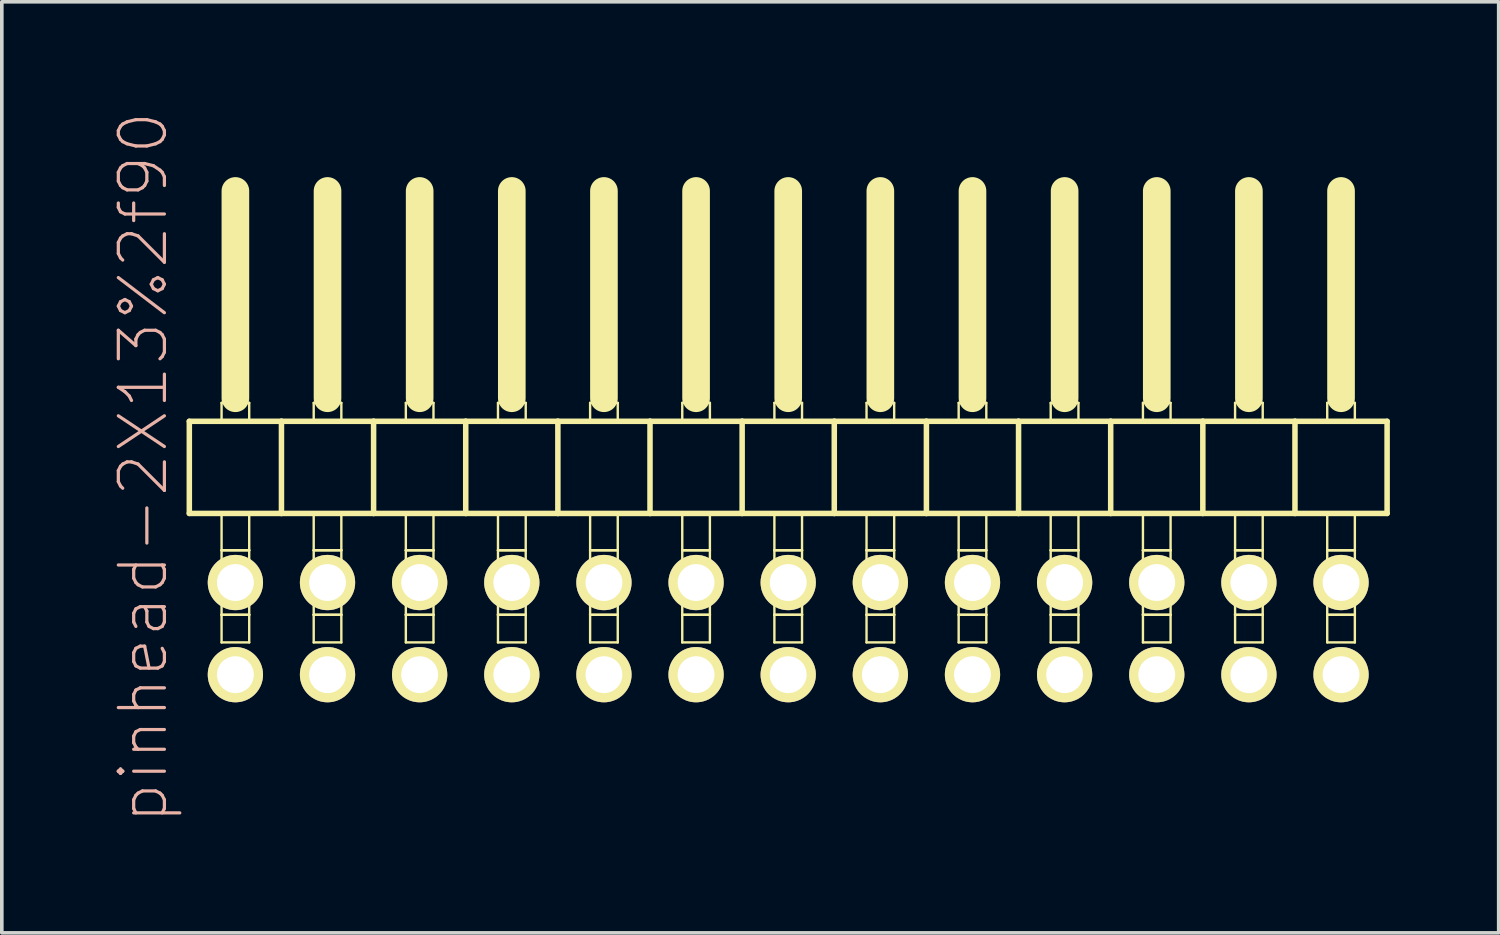
<source format=kicad_pcb>
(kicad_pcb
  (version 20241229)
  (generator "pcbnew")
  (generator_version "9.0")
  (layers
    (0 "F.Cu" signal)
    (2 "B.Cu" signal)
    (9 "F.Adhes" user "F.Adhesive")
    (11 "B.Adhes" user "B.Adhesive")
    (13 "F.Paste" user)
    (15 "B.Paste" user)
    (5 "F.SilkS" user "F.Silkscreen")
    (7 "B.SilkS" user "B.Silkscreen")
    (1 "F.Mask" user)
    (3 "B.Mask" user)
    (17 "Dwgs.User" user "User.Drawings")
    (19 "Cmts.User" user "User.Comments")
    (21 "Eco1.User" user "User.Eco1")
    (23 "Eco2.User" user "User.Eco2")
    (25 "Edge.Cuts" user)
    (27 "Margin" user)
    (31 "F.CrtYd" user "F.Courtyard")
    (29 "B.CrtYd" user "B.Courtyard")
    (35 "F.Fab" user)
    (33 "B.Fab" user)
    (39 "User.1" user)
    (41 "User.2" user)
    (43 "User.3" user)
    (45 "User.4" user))
  (footprint "pinhead-2X13%2f90"
    (layer "F.Cu")
    (at 18.679 9.199)
    (property "Reference" "pinhead-2X13%2f90" (at -17.78 0.635 90) (layer "B.SilkS") (effects (font (size 1.27 1.27) (thickness 0.089))))
    (attr exclude_from_pos_files exclude_from_bom)
    (fp_line (start -16.51 -0.635) (end -16.51 1.905) (stroke (width 0.152) (type solid)) (layer "F.SilkS"))
    (fp_line (start -16.51 1.905) (end -13.97 1.905) (stroke (width 0.152) (type solid)) (layer "F.SilkS"))
    (fp_line (start -15.621 -1.143) (end -14.859 -1.143) (stroke (width 0.066) (type solid)) (layer "F.SilkS"))
    (fp_line (start -15.621 -0.635) (end -15.621 -1.143) (stroke (width 0.066) (type solid)) (layer "F.SilkS"))
    (fp_line (start -15.621 -0.635) (end -14.859 -0.635) (stroke (width 0.066) (type solid)) (layer "F.SilkS"))
    (fp_line (start -15.621 1.905) (end -14.859 1.905) (stroke (width 0.066) (type solid)) (layer "F.SilkS"))
    (fp_line (start -15.621 2.921) (end -15.621 1.905) (stroke (width 0.066) (type solid)) (layer "F.SilkS"))
    (fp_line (start -15.621 2.921) (end -14.859 2.921) (stroke (width 0.066) (type solid)) (layer "F.SilkS"))
    (fp_line (start -15.621 2.921) (end -14.859 2.921) (stroke (width 0.066) (type solid)) (layer "F.SilkS"))
    (fp_line (start -15.621 4.699) (end -15.621 2.921) (stroke (width 0.066) (type solid)) (layer "F.SilkS"))
    (fp_line (start -15.621 4.699) (end -14.859 4.699) (stroke (width 0.066) (type solid)) (layer "F.SilkS"))
    (fp_line (start -15.621 4.699) (end -14.859 4.699) (stroke (width 0.066) (type solid)) (layer "F.SilkS"))
    (fp_line (start -15.621 5.461) (end -15.621 4.699) (stroke (width 0.066) (type solid)) (layer "F.SilkS"))
    (fp_line (start -15.621 5.461) (end -14.859 5.461) (stroke (width 0.066) (type solid)) (layer "F.SilkS"))
    (fp_line (start -15.24 -6.985) (end -15.24 -1.27) (stroke (width 0.762) (type solid)) (layer "F.SilkS"))
    (fp_line (start -14.859 -0.635) (end -14.859 -1.143) (stroke (width 0.066) (type solid)) (layer "F.SilkS"))
    (fp_line (start -14.859 2.921) (end -14.859 1.905) (stroke (width 0.066) (type solid)) (layer "F.SilkS"))
    (fp_line (start -14.859 4.699) (end -14.859 2.921) (stroke (width 0.066) (type solid)) (layer "F.SilkS"))
    (fp_line (start -14.859 5.461) (end -14.859 4.699) (stroke (width 0.066) (type solid)) (layer "F.SilkS"))
    (fp_line (start -13.97 -0.635) (end -16.51 -0.635) (stroke (width 0.152) (type solid)) (layer "F.SilkS"))
    (fp_line (start -13.97 1.905) (end -13.97 -0.635) (stroke (width 0.152) (type solid)) (layer "F.SilkS"))
    (fp_line (start -13.97 1.905) (end -11.43 1.905) (stroke (width 0.152) (type solid)) (layer "F.SilkS"))
    (fp_line (start -13.081 -1.143) (end -12.319 -1.143) (stroke (width 0.066) (type solid)) (layer "F.SilkS"))
    (fp_line (start -13.081 -0.635) (end -13.081 -1.143) (stroke (width 0.066) (type solid)) (layer "F.SilkS"))
    (fp_line (start -13.081 -0.635) (end -12.319 -0.635) (stroke (width 0.066) (type solid)) (layer "F.SilkS"))
    (fp_line (start -13.081 1.905) (end -12.319 1.905) (stroke (width 0.066) (type solid)) (layer "F.SilkS"))
    (fp_line (start -13.081 2.921) (end -13.081 1.905) (stroke (width 0.066) (type solid)) (layer "F.SilkS"))
    (fp_line (start -13.081 2.921) (end -12.319 2.921) (stroke (width 0.066) (type solid)) (layer "F.SilkS"))
    (fp_line (start -13.081 2.921) (end -12.319 2.921) (stroke (width 0.066) (type solid)) (layer "F.SilkS"))
    (fp_line (start -13.081 4.699) (end -13.081 2.921) (stroke (width 0.066) (type solid)) (layer "F.SilkS"))
    (fp_line (start -13.081 4.699) (end -12.319 4.699) (stroke (width 0.066) (type solid)) (layer "F.SilkS"))
    (fp_line (start -13.081 4.699) (end -12.319 4.699) (stroke (width 0.066) (type solid)) (layer "F.SilkS"))
    (fp_line (start -13.081 5.461) (end -13.081 4.699) (stroke (width 0.066) (type solid)) (layer "F.SilkS"))
    (fp_line (start -13.081 5.461) (end -12.319 5.461) (stroke (width 0.066) (type solid)) (layer "F.SilkS"))
    (fp_line (start -12.7 -6.985) (end -12.7 -1.27) (stroke (width 0.762) (type solid)) (layer "F.SilkS"))
    (fp_line (start -12.319 -0.635) (end -12.319 -1.143) (stroke (width 0.066) (type solid)) (layer "F.SilkS"))
    (fp_line (start -12.319 2.921) (end -12.319 1.905) (stroke (width 0.066) (type solid)) (layer "F.SilkS"))
    (fp_line (start -12.319 4.699) (end -12.319 2.921) (stroke (width 0.066) (type solid)) (layer "F.SilkS"))
    (fp_line (start -12.319 5.461) (end -12.319 4.699) (stroke (width 0.066) (type solid)) (layer "F.SilkS"))
    (fp_line (start -11.43 -0.635) (end -13.97 -0.635) (stroke (width 0.152) (type solid)) (layer "F.SilkS"))
    (fp_line (start -11.43 1.905) (end -11.43 -0.635) (stroke (width 0.152) (type solid)) (layer "F.SilkS"))
    (fp_line (start -11.43 1.905) (end -8.89 1.905) (stroke (width 0.152) (type solid)) (layer "F.SilkS"))
    (fp_line (start -10.541 -1.143) (end -9.779 -1.143) (stroke (width 0.066) (type solid)) (layer "F.SilkS"))
    (fp_line (start -10.541 -0.635) (end -10.541 -1.143) (stroke (width 0.066) (type solid)) (layer "F.SilkS"))
    (fp_line (start -10.541 -0.635) (end -9.779 -0.635) (stroke (width 0.066) (type solid)) (layer "F.SilkS"))
    (fp_line (start -10.541 1.905) (end -9.779 1.905) (stroke (width 0.066) (type solid)) (layer "F.SilkS"))
    (fp_line (start -10.541 2.921) (end -10.541 1.905) (stroke (width 0.066) (type solid)) (layer "F.SilkS"))
    (fp_line (start -10.541 2.921) (end -9.779 2.921) (stroke (width 0.066) (type solid)) (layer "F.SilkS"))
    (fp_line (start -10.541 2.921) (end -9.779 2.921) (stroke (width 0.066) (type solid)) (layer "F.SilkS"))
    (fp_line (start -10.541 4.699) (end -10.541 2.921) (stroke (width 0.066) (type solid)) (layer "F.SilkS"))
    (fp_line (start -10.541 4.699) (end -9.779 4.699) (stroke (width 0.066) (type solid)) (layer "F.SilkS"))
    (fp_line (start -10.541 4.699) (end -9.779 4.699) (stroke (width 0.066) (type solid)) (layer "F.SilkS"))
    (fp_line (start -10.541 5.461) (end -10.541 4.699) (stroke (width 0.066) (type solid)) (layer "F.SilkS"))
    (fp_line (start -10.541 5.461) (end -9.779 5.461) (stroke (width 0.066) (type solid)) (layer "F.SilkS"))
    (fp_line (start -10.16 -6.985) (end -10.16 -1.27) (stroke (width 0.762) (type solid)) (layer "F.SilkS"))
    (fp_line (start -9.779 -0.635) (end -9.779 -1.143) (stroke (width 0.066) (type solid)) (layer "F.SilkS"))
    (fp_line (start -9.779 2.921) (end -9.779 1.905) (stroke (width 0.066) (type solid)) (layer "F.SilkS"))
    (fp_line (start -9.779 4.699) (end -9.779 2.921) (stroke (width 0.066) (type solid)) (layer "F.SilkS"))
    (fp_line (start -9.779 5.461) (end -9.779 4.699) (stroke (width 0.066) (type solid)) (layer "F.SilkS"))
    (fp_line (start -8.89 -0.635) (end -11.43 -0.635) (stroke (width 0.152) (type solid)) (layer "F.SilkS"))
    (fp_line (start -8.89 1.905) (end -8.89 -0.635) (stroke (width 0.152) (type solid)) (layer "F.SilkS"))
    (fp_line (start -8.89 1.905) (end -6.35 1.905) (stroke (width 0.152) (type solid)) (layer "F.SilkS"))
    (fp_line (start -8.001 -1.143) (end -7.236 -1.143) (stroke (width 0.066) (type solid)) (layer "F.SilkS"))
    (fp_line (start -8.001 -0.635) (end -8.001 -1.143) (stroke (width 0.066) (type solid)) (layer "F.SilkS"))
    (fp_line (start -8.001 -0.635) (end -7.236 -0.635) (stroke (width 0.066) (type solid)) (layer "F.SilkS"))
    (fp_line (start -8.001 1.905) (end -7.236 1.905) (stroke (width 0.066) (type solid)) (layer "F.SilkS"))
    (fp_line (start -8.001 2.921) (end -8.001 1.905) (stroke (width 0.066) (type solid)) (layer "F.SilkS"))
    (fp_line (start -8.001 2.921) (end -7.236 2.921) (stroke (width 0.066) (type solid)) (layer "F.SilkS"))
    (fp_line (start -8.001 2.921) (end -7.236 2.921) (stroke (width 0.066) (type solid)) (layer "F.SilkS"))
    (fp_line (start -8.001 4.699) (end -8.001 2.921) (stroke (width 0.066) (type solid)) (layer "F.SilkS"))
    (fp_line (start -8.001 4.699) (end -7.236 4.699) (stroke (width 0.066) (type solid)) (layer "F.SilkS"))
    (fp_line (start -8.001 4.699) (end -7.236 4.699) (stroke (width 0.066) (type solid)) (layer "F.SilkS"))
    (fp_line (start -8.001 5.461) (end -8.001 4.699) (stroke (width 0.066) (type solid)) (layer "F.SilkS"))
    (fp_line (start -8.001 5.461) (end -7.236 5.461) (stroke (width 0.066) (type solid)) (layer "F.SilkS"))
    (fp_line (start -7.62 -6.985) (end -7.62 -1.27) (stroke (width 0.762) (type solid)) (layer "F.SilkS"))
    (fp_line (start -7.236 -0.635) (end -7.236 -1.143) (stroke (width 0.066) (type solid)) (layer "F.SilkS"))
    (fp_line (start -7.236 2.921) (end -7.236 1.905) (stroke (width 0.066) (type solid)) (layer "F.SilkS"))
    (fp_line (start -7.236 4.699) (end -7.236 2.921) (stroke (width 0.066) (type solid)) (layer "F.SilkS"))
    (fp_line (start -7.236 5.461) (end -7.236 4.699) (stroke (width 0.066) (type solid)) (layer "F.SilkS"))
    (fp_line (start -6.35 -0.635) (end -8.89 -0.635) (stroke (width 0.152) (type solid)) (layer "F.SilkS"))
    (fp_line (start -6.35 1.905) (end -6.35 -0.635) (stroke (width 0.152) (type solid)) (layer "F.SilkS"))
    (fp_line (start -6.35 1.905) (end -3.81 1.905) (stroke (width 0.152) (type solid)) (layer "F.SilkS"))
    (fp_line (start -5.461 -1.143) (end -4.699 -1.143) (stroke (width 0.066) (type solid)) (layer "F.SilkS"))
    (fp_line (start -5.461 -0.635) (end -5.461 -1.143) (stroke (width 0.066) (type solid)) (layer "F.SilkS"))
    (fp_line (start -5.461 -0.635) (end -4.699 -0.635) (stroke (width 0.066) (type solid)) (layer "F.SilkS"))
    (fp_line (start -5.461 1.905) (end -4.699 1.905) (stroke (width 0.066) (type solid)) (layer "F.SilkS"))
    (fp_line (start -5.461 2.921) (end -5.461 1.905) (stroke (width 0.066) (type solid)) (layer "F.SilkS"))
    (fp_line (start -5.461 2.921) (end -4.699 2.921) (stroke (width 0.066) (type solid)) (layer "F.SilkS"))
    (fp_line (start -5.461 2.921) (end -4.699 2.921) (stroke (width 0.066) (type solid)) (layer "F.SilkS"))
    (fp_line (start -5.461 4.699) (end -5.461 2.921) (stroke (width 0.066) (type solid)) (layer "F.SilkS"))
    (fp_line (start -5.461 4.699) (end -4.699 4.699) (stroke (width 0.066) (type solid)) (layer "F.SilkS"))
    (fp_line (start -5.461 4.699) (end -4.699 4.699) (stroke (width 0.066) (type solid)) (layer "F.SilkS"))
    (fp_line (start -5.461 5.461) (end -5.461 4.699) (stroke (width 0.066) (type solid)) (layer "F.SilkS"))
    (fp_line (start -5.461 5.461) (end -4.699 5.461) (stroke (width 0.066) (type solid)) (layer "F.SilkS"))
    (fp_line (start -5.08 -6.985) (end -5.08 -1.27) (stroke (width 0.762) (type solid)) (layer "F.SilkS"))
    (fp_line (start -4.699 -0.635) (end -4.699 -1.143) (stroke (width 0.066) (type solid)) (layer "F.SilkS"))
    (fp_line (start -4.699 2.921) (end -4.699 1.905) (stroke (width 0.066) (type solid)) (layer "F.SilkS"))
    (fp_line (start -4.699 4.699) (end -4.699 2.921) (stroke (width 0.066) (type solid)) (layer "F.SilkS"))
    (fp_line (start -4.699 5.461) (end -4.699 4.699) (stroke (width 0.066) (type solid)) (layer "F.SilkS"))
    (fp_line (start -3.81 -0.635) (end -6.35 -0.635) (stroke (width 0.152) (type solid)) (layer "F.SilkS"))
    (fp_line (start -3.81 1.905) (end -3.81 -0.635) (stroke (width 0.152) (type solid)) (layer "F.SilkS"))
    (fp_line (start -3.81 1.905) (end -1.27 1.905) (stroke (width 0.152) (type solid)) (layer "F.SilkS"))
    (fp_line (start -2.921 -1.143) (end -2.159 -1.143) (stroke (width 0.066) (type solid)) (layer "F.SilkS"))
    (fp_line (start -2.921 -0.635) (end -2.921 -1.143) (stroke (width 0.066) (type solid)) (layer "F.SilkS"))
    (fp_line (start -2.921 -0.635) (end -2.159 -0.635) (stroke (width 0.066) (type solid)) (layer "F.SilkS"))
    (fp_line (start -2.921 1.905) (end -2.159 1.905) (stroke (width 0.066) (type solid)) (layer "F.SilkS"))
    (fp_line (start -2.921 2.921) (end -2.921 1.905) (stroke (width 0.066) (type solid)) (layer "F.SilkS"))
    (fp_line (start -2.921 2.921) (end -2.159 2.921) (stroke (width 0.066) (type solid)) (layer "F.SilkS"))
    (fp_line (start -2.921 2.921) (end -2.159 2.921) (stroke (width 0.066) (type solid)) (layer "F.SilkS"))
    (fp_line (start -2.921 4.699) (end -2.921 2.921) (stroke (width 0.066) (type solid)) (layer "F.SilkS"))
    (fp_line (start -2.921 4.699) (end -2.159 4.699) (stroke (width 0.066) (type solid)) (layer "F.SilkS"))
    (fp_line (start -2.921 4.699) (end -2.159 4.699) (stroke (width 0.066) (type solid)) (layer "F.SilkS"))
    (fp_line (start -2.921 5.461) (end -2.921 4.699) (stroke (width 0.066) (type solid)) (layer "F.SilkS"))
    (fp_line (start -2.921 5.461) (end -2.159 5.461) (stroke (width 0.066) (type solid)) (layer "F.SilkS"))
    (fp_line (start -2.54 -6.985) (end -2.54 -1.27) (stroke (width 0.762) (type solid)) (layer "F.SilkS"))
    (fp_line (start -2.159 -0.635) (end -2.159 -1.143) (stroke (width 0.066) (type solid)) (layer "F.SilkS"))
    (fp_line (start -2.159 2.921) (end -2.159 1.905) (stroke (width 0.066) (type solid)) (layer "F.SilkS"))
    (fp_line (start -2.159 4.699) (end -2.159 2.921) (stroke (width 0.066) (type solid)) (layer "F.SilkS"))
    (fp_line (start -2.159 5.461) (end -2.159 4.699) (stroke (width 0.066) (type solid)) (layer "F.SilkS"))
    (fp_line (start -1.27 -0.635) (end -3.81 -0.635) (stroke (width 0.152) (type solid)) (layer "F.SilkS"))
    (fp_line (start -1.27 1.905) (end -1.27 -0.635) (stroke (width 0.152) (type solid)) (layer "F.SilkS"))
    (fp_line (start -1.27 1.905) (end 1.27 1.905) (stroke (width 0.152) (type solid)) (layer "F.SilkS"))
    (fp_line (start -0.381 -1.143) (end 0.381 -1.143) (stroke (width 0.066) (type solid)) (layer "F.SilkS"))
    (fp_line (start -0.381 -0.635) (end -0.381 -1.143) (stroke (width 0.066) (type solid)) (layer "F.SilkS"))
    (fp_line (start -0.381 -0.635) (end 0.381 -0.635) (stroke (width 0.066) (type solid)) (layer "F.SilkS"))
    (fp_line (start -0.381 1.905) (end 0.381 1.905) (stroke (width 0.066) (type solid)) (layer "F.SilkS"))
    (fp_line (start -0.381 2.921) (end -0.381 1.905) (stroke (width 0.066) (type solid)) (layer "F.SilkS"))
    (fp_line (start -0.381 2.921) (end 0.381 2.921) (stroke (width 0.066) (type solid)) (layer "F.SilkS"))
    (fp_line (start -0.381 2.921) (end 0.381 2.921) (stroke (width 0.066) (type solid)) (layer "F.SilkS"))
    (fp_line (start -0.381 4.699) (end -0.381 2.921) (stroke (width 0.066) (type solid)) (layer "F.SilkS"))
    (fp_line (start -0.381 4.699) (end 0.381 4.699) (stroke (width 0.066) (type solid)) (layer "F.SilkS"))
    (fp_line (start -0.381 4.699) (end 0.381 4.699) (stroke (width 0.066) (type solid)) (layer "F.SilkS"))
    (fp_line (start -0.381 5.461) (end -0.381 4.699) (stroke (width 0.066) (type solid)) (layer "F.SilkS"))
    (fp_line (start -0.381 5.461) (end 0.381 5.461) (stroke (width 0.066) (type solid)) (layer "F.SilkS"))
    (fp_line (start 0 -6.985) (end 0 -1.27) (stroke (width 0.762) (type solid)) (layer "F.SilkS"))
    (fp_line (start 0.381 -0.635) (end 0.381 -1.143) (stroke (width 0.066) (type solid)) (layer "F.SilkS"))
    (fp_line (start 0.381 2.921) (end 0.381 1.905) (stroke (width 0.066) (type solid)) (layer "F.SilkS"))
    (fp_line (start 0.381 4.699) (end 0.381 2.921) (stroke (width 0.066) (type solid)) (layer "F.SilkS"))
    (fp_line (start 0.381 5.461) (end 0.381 4.699) (stroke (width 0.066) (type solid)) (layer "F.SilkS"))
    (fp_line (start 1.27 -0.635) (end -1.27 -0.635) (stroke (width 0.152) (type solid)) (layer "F.SilkS"))
    (fp_line (start 1.27 1.905) (end 1.27 -0.635) (stroke (width 0.152) (type solid)) (layer "F.SilkS"))
    (fp_line (start 1.27 1.905) (end 3.81 1.905) (stroke (width 0.152) (type solid)) (layer "F.SilkS"))
    (fp_line (start 2.159 -1.143) (end 2.921 -1.143) (stroke (width 0.066) (type solid)) (layer "F.SilkS"))
    (fp_line (start 2.159 -0.635) (end 2.159 -1.143) (stroke (width 0.066) (type solid)) (layer "F.SilkS"))
    (fp_line (start 2.159 -0.635) (end 2.921 -0.635) (stroke (width 0.066) (type solid)) (layer "F.SilkS"))
    (fp_line (start 2.159 1.905) (end 2.921 1.905) (stroke (width 0.066) (type solid)) (layer "F.SilkS"))
    (fp_line (start 2.159 2.921) (end 2.159 1.905) (stroke (width 0.066) (type solid)) (layer "F.SilkS"))
    (fp_line (start 2.159 2.921) (end 2.921 2.921) (stroke (width 0.066) (type solid)) (layer "F.SilkS"))
    (fp_line (start 2.159 2.921) (end 2.921 2.921) (stroke (width 0.066) (type solid)) (layer "F.SilkS"))
    (fp_line (start 2.159 4.699) (end 2.159 2.921) (stroke (width 0.066) (type solid)) (layer "F.SilkS"))
    (fp_line (start 2.159 4.699) (end 2.921 4.699) (stroke (width 0.066) (type solid)) (layer "F.SilkS"))
    (fp_line (start 2.159 4.699) (end 2.921 4.699) (stroke (width 0.066) (type solid)) (layer "F.SilkS"))
    (fp_line (start 2.159 5.461) (end 2.159 4.699) (stroke (width 0.066) (type solid)) (layer "F.SilkS"))
    (fp_line (start 2.159 5.461) (end 2.921 5.461) (stroke (width 0.066) (type solid)) (layer "F.SilkS"))
    (fp_line (start 2.54 -6.985) (end 2.54 -1.27) (stroke (width 0.762) (type solid)) (layer "F.SilkS"))
    (fp_line (start 2.921 -0.635) (end 2.921 -1.143) (stroke (width 0.066) (type solid)) (layer "F.SilkS"))
    (fp_line (start 2.921 2.921) (end 2.921 1.905) (stroke (width 0.066) (type solid)) (layer "F.SilkS"))
    (fp_line (start 2.921 4.699) (end 2.921 2.921) (stroke (width 0.066) (type solid)) (layer "F.SilkS"))
    (fp_line (start 2.921 5.461) (end 2.921 4.699) (stroke (width 0.066) (type solid)) (layer "F.SilkS"))
    (fp_line (start 3.81 -0.635) (end 1.27 -0.635) (stroke (width 0.152) (type solid)) (layer "F.SilkS"))
    (fp_line (start 3.81 1.905) (end 3.81 -0.635) (stroke (width 0.152) (type solid)) (layer "F.SilkS"))
    (fp_line (start 3.81 1.905) (end 6.35 1.905) (stroke (width 0.152) (type solid)) (layer "F.SilkS"))
    (fp_line (start 4.699 -1.143) (end 5.461 -1.143) (stroke (width 0.066) (type solid)) (layer "F.SilkS"))
    (fp_line (start 4.699 -0.635) (end 4.699 -1.143) (stroke (width 0.066) (type solid)) (layer "F.SilkS"))
    (fp_line (start 4.699 -0.635) (end 5.461 -0.635) (stroke (width 0.066) (type solid)) (layer "F.SilkS"))
    (fp_line (start 4.699 1.905) (end 5.461 1.905) (stroke (width 0.066) (type solid)) (layer "F.SilkS"))
    (fp_line (start 4.699 2.921) (end 4.699 1.905) (stroke (width 0.066) (type solid)) (layer "F.SilkS"))
    (fp_line (start 4.699 2.921) (end 5.461 2.921) (stroke (width 0.066) (type solid)) (layer "F.SilkS"))
    (fp_line (start 4.699 2.921) (end 5.461 2.921) (stroke (width 0.066) (type solid)) (layer "F.SilkS"))
    (fp_line (start 4.699 4.699) (end 4.699 2.921) (stroke (width 0.066) (type solid)) (layer "F.SilkS"))
    (fp_line (start 4.699 4.699) (end 5.461 4.699) (stroke (width 0.066) (type solid)) (layer "F.SilkS"))
    (fp_line (start 4.699 4.699) (end 5.461 4.699) (stroke (width 0.066) (type solid)) (layer "F.SilkS"))
    (fp_line (start 4.699 5.461) (end 4.699 4.699) (stroke (width 0.066) (type solid)) (layer "F.SilkS"))
    (fp_line (start 4.699 5.461) (end 5.461 5.461) (stroke (width 0.066) (type solid)) (layer "F.SilkS"))
    (fp_line (start 5.08 -6.985) (end 5.08 -1.27) (stroke (width 0.762) (type solid)) (layer "F.SilkS"))
    (fp_line (start 5.461 -0.635) (end 5.461 -1.143) (stroke (width 0.066) (type solid)) (layer "F.SilkS"))
    (fp_line (start 5.461 2.921) (end 5.461 1.905) (stroke (width 0.066) (type solid)) (layer "F.SilkS"))
    (fp_line (start 5.461 4.699) (end 5.461 2.921) (stroke (width 0.066) (type solid)) (layer "F.SilkS"))
    (fp_line (start 5.461 5.461) (end 5.461 4.699) (stroke (width 0.066) (type solid)) (layer "F.SilkS"))
    (fp_line (start 6.35 -0.635) (end 3.81 -0.635) (stroke (width 0.152) (type solid)) (layer "F.SilkS"))
    (fp_line (start 6.35 1.905) (end 6.35 -0.635) (stroke (width 0.152) (type solid)) (layer "F.SilkS"))
    (fp_line (start 6.35 1.905) (end 8.89 1.905) (stroke (width 0.152) (type solid)) (layer "F.SilkS"))
    (fp_line (start 7.236 -1.143) (end 8.001 -1.143) (stroke (width 0.066) (type solid)) (layer "F.SilkS"))
    (fp_line (start 7.236 -0.635) (end 7.236 -1.143) (stroke (width 0.066) (type solid)) (layer "F.SilkS"))
    (fp_line (start 7.236 -0.635) (end 8.001 -0.635) (stroke (width 0.066) (type solid)) (layer "F.SilkS"))
    (fp_line (start 7.236 1.905) (end 8.001 1.905) (stroke (width 0.066) (type solid)) (layer "F.SilkS"))
    (fp_line (start 7.236 2.921) (end 7.236 1.905) (stroke (width 0.066) (type solid)) (layer "F.SilkS"))
    (fp_line (start 7.236 2.921) (end 8.001 2.921) (stroke (width 0.066) (type solid)) (layer "F.SilkS"))
    (fp_line (start 7.236 2.921) (end 8.001 2.921) (stroke (width 0.066) (type solid)) (layer "F.SilkS"))
    (fp_line (start 7.236 4.699) (end 7.236 2.921) (stroke (width 0.066) (type solid)) (layer "F.SilkS"))
    (fp_line (start 7.236 4.699) (end 8.001 4.699) (stroke (width 0.066) (type solid)) (layer "F.SilkS"))
    (fp_line (start 7.236 4.699) (end 8.001 4.699) (stroke (width 0.066) (type solid)) (layer "F.SilkS"))
    (fp_line (start 7.236 5.461) (end 7.236 4.699) (stroke (width 0.066) (type solid)) (layer "F.SilkS"))
    (fp_line (start 7.236 5.461) (end 8.001 5.461) (stroke (width 0.066) (type solid)) (layer "F.SilkS"))
    (fp_line (start 7.62 -6.985) (end 7.62 -1.27) (stroke (width 0.762) (type solid)) (layer "F.SilkS"))
    (fp_line (start 8.001 -0.635) (end 8.001 -1.143) (stroke (width 0.066) (type solid)) (layer "F.SilkS"))
    (fp_line (start 8.001 2.921) (end 8.001 1.905) (stroke (width 0.066) (type solid)) (layer "F.SilkS"))
    (fp_line (start 8.001 4.699) (end 8.001 2.921) (stroke (width 0.066) (type solid)) (layer "F.SilkS"))
    (fp_line (start 8.001 5.461) (end 8.001 4.699) (stroke (width 0.066) (type solid)) (layer "F.SilkS"))
    (fp_line (start 8.89 -0.635) (end 6.35 -0.635) (stroke (width 0.152) (type solid)) (layer "F.SilkS"))
    (fp_line (start 8.89 1.905) (end 8.89 -0.635) (stroke (width 0.152) (type solid)) (layer "F.SilkS"))
    (fp_line (start 8.89 1.905) (end 11.43 1.905) (stroke (width 0.152) (type solid)) (layer "F.SilkS"))
    (fp_line (start 9.779 -1.143) (end 10.541 -1.143) (stroke (width 0.066) (type solid)) (layer "F.SilkS"))
    (fp_line (start 9.779 -0.635) (end 9.779 -1.143) (stroke (width 0.066) (type solid)) (layer "F.SilkS"))
    (fp_line (start 9.779 -0.635) (end 10.541 -0.635) (stroke (width 0.066) (type solid)) (layer "F.SilkS"))
    (fp_line (start 9.779 1.905) (end 10.541 1.905) (stroke (width 0.066) (type solid)) (layer "F.SilkS"))
    (fp_line (start 9.779 2.921) (end 9.779 1.905) (stroke (width 0.066) (type solid)) (layer "F.SilkS"))
    (fp_line (start 9.779 2.921) (end 10.541 2.921) (stroke (width 0.066) (type solid)) (layer "F.SilkS"))
    (fp_line (start 9.779 2.921) (end 10.541 2.921) (stroke (width 0.066) (type solid)) (layer "F.SilkS"))
    (fp_line (start 9.779 4.699) (end 9.779 2.921) (stroke (width 0.066) (type solid)) (layer "F.SilkS"))
    (fp_line (start 9.779 4.699) (end 10.541 4.699) (stroke (width 0.066) (type solid)) (layer "F.SilkS"))
    (fp_line (start 9.779 4.699) (end 10.541 4.699) (stroke (width 0.066) (type solid)) (layer "F.SilkS"))
    (fp_line (start 9.779 5.461) (end 9.779 4.699) (stroke (width 0.066) (type solid)) (layer "F.SilkS"))
    (fp_line (start 9.779 5.461) (end 10.541 5.461) (stroke (width 0.066) (type solid)) (layer "F.SilkS"))
    (fp_line (start 10.16 -6.985) (end 10.16 -1.27) (stroke (width 0.762) (type solid)) (layer "F.SilkS"))
    (fp_line (start 10.541 -0.635) (end 10.541 -1.143) (stroke (width 0.066) (type solid)) (layer "F.SilkS"))
    (fp_line (start 10.541 2.921) (end 10.541 1.905) (stroke (width 0.066) (type solid)) (layer "F.SilkS"))
    (fp_line (start 10.541 4.699) (end 10.541 2.921) (stroke (width 0.066) (type solid)) (layer "F.SilkS"))
    (fp_line (start 10.541 5.461) (end 10.541 4.699) (stroke (width 0.066) (type solid)) (layer "F.SilkS"))
    (fp_line (start 11.43 -0.635) (end 8.89 -0.635) (stroke (width 0.152) (type solid)) (layer "F.SilkS"))
    (fp_line (start 11.43 1.905) (end 11.43 -0.635) (stroke (width 0.152) (type solid)) (layer "F.SilkS"))
    (fp_line (start 11.43 1.905) (end 13.97 1.905) (stroke (width 0.152) (type solid)) (layer "F.SilkS"))
    (fp_line (start 12.319 -1.143) (end 13.081 -1.143) (stroke (width 0.066) (type solid)) (layer "F.SilkS"))
    (fp_line (start 12.319 -0.635) (end 12.319 -1.143) (stroke (width 0.066) (type solid)) (layer "F.SilkS"))
    (fp_line (start 12.319 -0.635) (end 13.081 -0.635) (stroke (width 0.066) (type solid)) (layer "F.SilkS"))
    (fp_line (start 12.319 1.905) (end 13.081 1.905) (stroke (width 0.066) (type solid)) (layer "F.SilkS"))
    (fp_line (start 12.319 2.921) (end 12.319 1.905) (stroke (width 0.066) (type solid)) (layer "F.SilkS"))
    (fp_line (start 12.319 2.921) (end 13.081 2.921) (stroke (width 0.066) (type solid)) (layer "F.SilkS"))
    (fp_line (start 12.319 2.921) (end 13.081 2.921) (stroke (width 0.066) (type solid)) (layer "F.SilkS"))
    (fp_line (start 12.319 4.699) (end 12.319 2.921) (stroke (width 0.066) (type solid)) (layer "F.SilkS"))
    (fp_line (start 12.319 4.699) (end 13.081 4.699) (stroke (width 0.066) (type solid)) (layer "F.SilkS"))
    (fp_line (start 12.319 4.699) (end 13.081 4.699) (stroke (width 0.066) (type solid)) (layer "F.SilkS"))
    (fp_line (start 12.319 5.461) (end 12.319 4.699) (stroke (width 0.066) (type solid)) (layer "F.SilkS"))
    (fp_line (start 12.319 5.461) (end 13.081 5.461) (stroke (width 0.066) (type solid)) (layer "F.SilkS"))
    (fp_line (start 12.7 -6.985) (end 12.7 -1.27) (stroke (width 0.762) (type solid)) (layer "F.SilkS"))
    (fp_line (start 13.081 -0.635) (end 13.081 -1.143) (stroke (width 0.066) (type solid)) (layer "F.SilkS"))
    (fp_line (start 13.081 2.921) (end 13.081 1.905) (stroke (width 0.066) (type solid)) (layer "F.SilkS"))
    (fp_line (start 13.081 4.699) (end 13.081 2.921) (stroke (width 0.066) (type solid)) (layer "F.SilkS"))
    (fp_line (start 13.081 5.461) (end 13.081 4.699) (stroke (width 0.066) (type solid)) (layer "F.SilkS"))
    (fp_line (start 13.97 -0.635) (end 11.43 -0.635) (stroke (width 0.152) (type solid)) (layer "F.SilkS"))
    (fp_line (start 13.97 1.905) (end 13.97 -0.635) (stroke (width 0.152) (type solid)) (layer "F.SilkS"))
    (fp_line (start 13.97 1.905) (end 16.51 1.905) (stroke (width 0.152) (type solid)) (layer "F.SilkS"))
    (fp_line (start 14.859 -1.143) (end 15.621 -1.143) (stroke (width 0.066) (type solid)) (layer "F.SilkS"))
    (fp_line (start 14.859 -0.635) (end 14.859 -1.143) (stroke (width 0.066) (type solid)) (layer "F.SilkS"))
    (fp_line (start 14.859 -0.635) (end 15.621 -0.635) (stroke (width 0.066) (type solid)) (layer "F.SilkS"))
    (fp_line (start 14.859 1.905) (end 15.621 1.905) (stroke (width 0.066) (type solid)) (layer "F.SilkS"))
    (fp_line (start 14.859 2.921) (end 14.859 1.905) (stroke (width 0.066) (type solid)) (layer "F.SilkS"))
    (fp_line (start 14.859 2.921) (end 15.621 2.921) (stroke (width 0.066) (type solid)) (layer "F.SilkS"))
    (fp_line (start 14.859 2.921) (end 15.621 2.921) (stroke (width 0.066) (type solid)) (layer "F.SilkS"))
    (fp_line (start 14.859 4.699) (end 14.859 2.921) (stroke (width 0.066) (type solid)) (layer "F.SilkS"))
    (fp_line (start 14.859 4.699) (end 15.621 4.699) (stroke (width 0.066) (type solid)) (layer "F.SilkS"))
    (fp_line (start 14.859 4.699) (end 15.621 4.699) (stroke (width 0.066) (type solid)) (layer "F.SilkS"))
    (fp_line (start 14.859 5.461) (end 14.859 4.699) (stroke (width 0.066) (type solid)) (layer "F.SilkS"))
    (fp_line (start 14.859 5.461) (end 15.621 5.461) (stroke (width 0.066) (type solid)) (layer "F.SilkS"))
    (fp_line (start 15.24 -6.985) (end 15.24 -1.27) (stroke (width 0.762) (type solid)) (layer "F.SilkS"))
    (fp_line (start 15.621 -0.635) (end 15.621 -1.143) (stroke (width 0.066) (type solid)) (layer "F.SilkS"))
    (fp_line (start 15.621 2.921) (end 15.621 1.905) (stroke (width 0.066) (type solid)) (layer "F.SilkS"))
    (fp_line (start 15.621 4.699) (end 15.621 2.921) (stroke (width 0.066) (type solid)) (layer "F.SilkS"))
    (fp_line (start 15.621 5.461) (end 15.621 4.699) (stroke (width 0.066) (type solid)) (layer "F.SilkS"))
    (fp_line (start 16.51 -0.635) (end 13.97 -0.635) (stroke (width 0.152) (type solid)) (layer "F.SilkS"))
    (fp_line (start 16.51 1.905) (end 16.51 -0.635) (stroke (width 0.152) (type solid)) (layer "F.SilkS"))
    (pad "1" thru_hole circle (at -15.24 6.35) (size 1.524 1.524) (drill 1.016) (layers "*.Cu" "F.Mask" "F.SilkS" "F.Paste"))
    (pad "2" thru_hole circle (at -15.24 3.81) (size 1.524 1.524) (drill 1.016) (layers "*.Cu" "F.Mask" "F.SilkS" "F.Paste"))
    (pad "3" thru_hole circle (at -12.7 6.35) (size 1.524 1.524) (drill 1.016) (layers "*.Cu" "F.Mask" "F.SilkS" "F.Paste"))
    (pad "4" thru_hole circle (at -12.7 3.81) (size 1.524 1.524) (drill 1.016) (layers "*.Cu" "F.Mask" "F.SilkS" "F.Paste"))
    (pad "5" thru_hole circle (at -10.16 6.35) (size 1.524 1.524) (drill 1.016) (layers "*.Cu" "F.Mask" "F.SilkS" "F.Paste"))
    (pad "6" thru_hole circle (at -10.16 3.81) (size 1.524 1.524) (drill 1.016) (layers "*.Cu" "F.Mask" "F.SilkS" "F.Paste"))
    (pad "7" thru_hole circle (at -7.62 6.35) (size 1.524 1.524) (drill 1.016) (layers "*.Cu" "F.Mask" "F.SilkS" "F.Paste"))
    (pad "8" thru_hole circle (at -7.62 3.81) (size 1.524 1.524) (drill 1.016) (layers "*.Cu" "F.Mask" "F.SilkS" "F.Paste"))
    (pad "9" thru_hole circle (at -5.08 6.35) (size 1.524 1.524) (drill 1.016) (layers "*.Cu" "F.Mask" "F.SilkS" "F.Paste"))
    (pad "10" thru_hole circle (at -5.08 3.81) (size 1.524 1.524) (drill 1.016) (layers "*.Cu" "F.Mask" "F.SilkS" "F.Paste"))
    (pad "11" thru_hole circle (at -2.54 6.35) (size 1.524 1.524) (drill 1.016) (layers "*.Cu" "F.Mask" "F.SilkS" "F.Paste"))
    (pad "12" thru_hole circle (at -2.54 3.81) (size 1.524 1.524) (drill 1.016) (layers "*.Cu" "F.Mask" "F.SilkS" "F.Paste"))
    (pad "13" thru_hole circle (at 0 6.35) (size 1.524 1.524) (drill 1.016) (layers "*.Cu" "F.Mask" "F.SilkS" "F.Paste"))
    (pad "14" thru_hole circle (at 0 3.81) (size 1.524 1.524) (drill 1.016) (layers "*.Cu" "F.Mask" "F.SilkS" "F.Paste"))
    (pad "15" thru_hole circle (at 2.54 6.35) (size 1.524 1.524) (drill 1.016) (layers "*.Cu" "F.Mask" "F.SilkS" "F.Paste"))
    (pad "16" thru_hole circle (at 2.54 3.81) (size 1.524 1.524) (drill 1.016) (layers "*.Cu" "F.Mask" "F.SilkS" "F.Paste"))
    (pad "17" thru_hole circle (at 5.08 6.35) (size 1.524 1.524) (drill 1.016) (layers "*.Cu" "F.Mask" "F.SilkS" "F.Paste"))
    (pad "18" thru_hole circle (at 5.08 3.81) (size 1.524 1.524) (drill 1.016) (layers "*.Cu" "F.Mask" "F.SilkS" "F.Paste"))
    (pad "19" thru_hole circle (at 7.62 6.35) (size 1.524 1.524) (drill 1.016) (layers "*.Cu" "F.Mask" "F.SilkS" "F.Paste"))
    (pad "20" thru_hole circle (at 7.62 3.81) (size 1.524 1.524) (drill 1.016) (layers "*.Cu" "F.Mask" "F.SilkS" "F.Paste"))
    (pad "21" thru_hole circle (at 10.16 6.35) (size 1.524 1.524) (drill 1.016) (layers "*.Cu" "F.Mask" "F.SilkS" "F.Paste"))
    (pad "22" thru_hole circle (at 10.16 3.81) (size 1.524 1.524) (drill 1.016) (layers "*.Cu" "F.Mask" "F.SilkS" "F.Paste"))
    (pad "23" thru_hole circle (at 12.7 6.35) (size 1.524 1.524) (drill 1.016) (layers "*.Cu" "F.Mask" "F.SilkS" "F.Paste"))
    (pad "24" thru_hole circle (at 12.7 3.81) (size 1.524 1.524) (drill 1.016) (layers "*.Cu" "F.Mask" "F.SilkS" "F.Paste"))
    (pad "25" thru_hole circle (at 15.24 6.35) (size 1.524 1.524) (drill 1.016) (layers "*.Cu" "F.Mask" "F.SilkS" "F.Paste"))
    (pad "26" thru_hole circle (at 15.24 3.81) (size 1.524 1.524) (drill 1.016) (layers "*.Cu" "F.Mask" "F.SilkS" "F.Paste")))
  (gr_rect
    (start -3 -3)
    (end 38.265 22.667)
    (stroke (width 0.1) (type default))
    (fill no)
    (layer "Edge.Cuts")))
</source>
